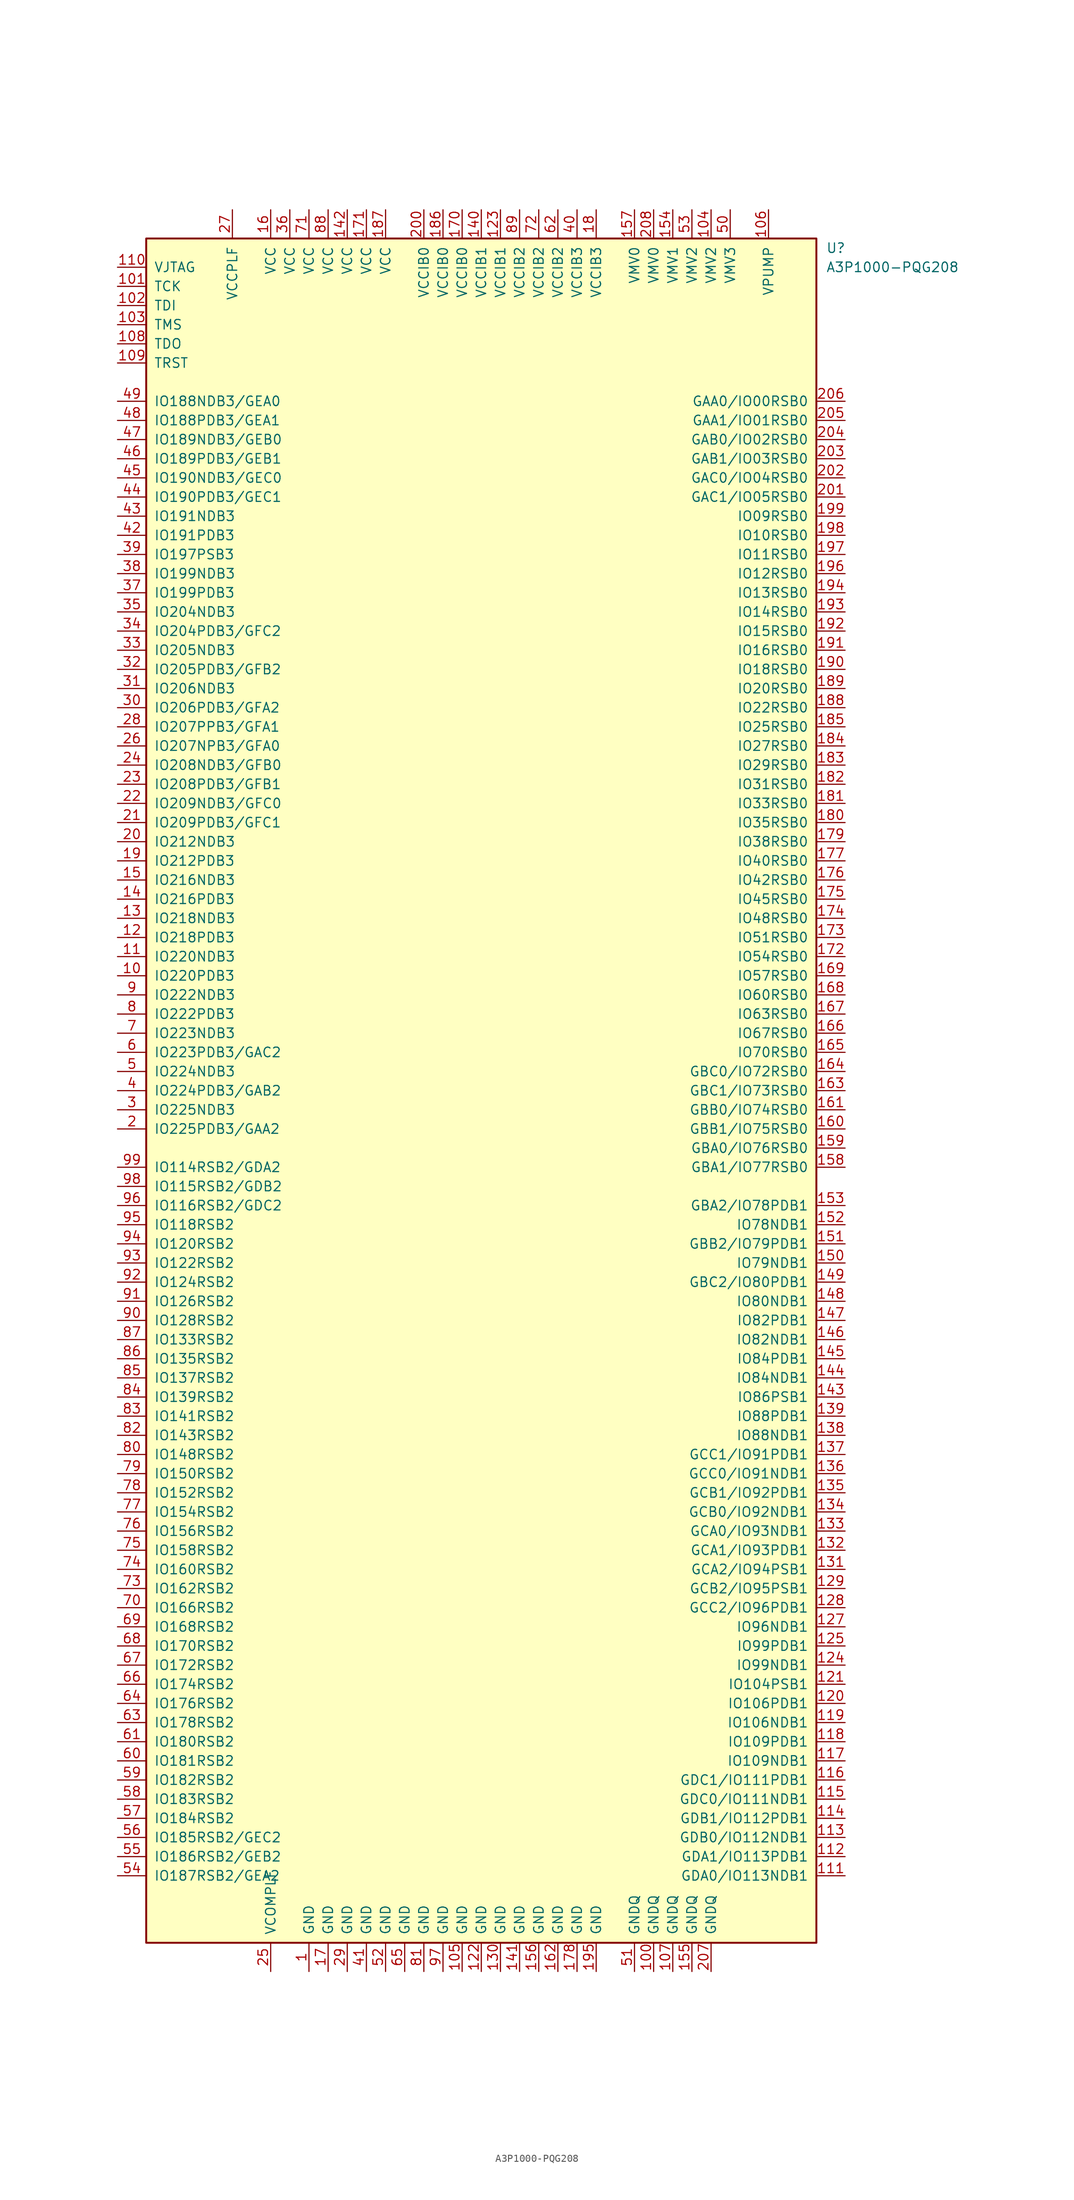
<source format=kicad_sym>
(kicad_symbol_lib
  (version 20231120)
  (generator "kicad_symbol_editor")
  (generator_version "8.0")
  (symbol "A3P1000-PQG208"
    (pin_names
      (offset 1.016))
    (property "Reference" "U"
      (at 45.72 111.76 0)
      (effects (font (size 1.27 1.27)) (justify left)))
    (property "Value" "A3P1000-PQG208"
      (at 45.72 109.22 0)
      (effects (font (size 1.27 1.27)) (justify left)))
    (symbol "A3P1000-PQG208_1_0"
      (rectangle (start -44.45 -113.03) (end 44.45 113.03) (stroke (width 0.254) (type default)) (fill (type background))))
    (symbol "A3P1000-PQG208_1_1"
      (pin power_in line (at -22.86 -116.84 90) (length 3.81) (name "GND" (effects (font (size 1.27 1.27)))) (number "1" (effects (font (size 1.27 1.27)))))
      (pin bidirectional line (at -48.26 15.24 0) (length 3.81) (name "IO220PDB3" (effects (font (size 1.27 1.27)))) (number "10" (effects (font (size 1.27 1.27)))))
      (pin power_in line (at 22.86 -116.84 90) (length 3.81) (name "GNDQ" (effects (font (size 1.27 1.27)))) (number "100" (effects (font (size 1.27 1.27)))))
      (pin bidirectional line (at -48.26 106.68 0) (length 3.81) (name "TCK" (effects (font (size 1.27 1.27)))) (number "101" (effects (font (size 1.27 1.27)))))
      (pin bidirectional line (at -48.26 104.14 0) (length 3.81) (name "TDI" (effects (font (size 1.27 1.27)))) (number "102" (effects (font (size 1.27 1.27)))))
      (pin bidirectional line (at -48.26 101.6 0) (length 3.81) (name "TMS" (effects (font (size 1.27 1.27)))) (number "103" (effects (font (size 1.27 1.27)))))
      (pin power_in line (at 30.48 116.84 270) (length 3.81) (name "VMV2" (effects (font (size 1.27 1.27)))) (number "104" (effects (font (size 1.27 1.27)))))
      (pin power_in line (at -2.54 -116.84 90) (length 3.81) (name "GND" (effects (font (size 1.27 1.27)))) (number "105" (effects (font (size 1.27 1.27)))))
      (pin power_in line (at 38.1 116.84 270) (length 3.81) (name "VPUMP" (effects (font (size 1.27 1.27)))) (number "106" (effects (font (size 1.27 1.27)))))
      (pin power_in line (at 25.4 -116.84 90) (length 3.81) (name "GNDQ" (effects (font (size 1.27 1.27)))) (number "107" (effects (font (size 1.27 1.27)))))
      (pin bidirectional line (at -48.26 99.06 0) (length 3.81) (name "TDO" (effects (font (size 1.27 1.27)))) (number "108" (effects (font (size 1.27 1.27)))))
      (pin bidirectional line (at -48.26 96.52 0) (length 3.81) (name "TRST" (effects (font (size 1.27 1.27)))) (number "109" (effects (font (size 1.27 1.27)))))
      (pin bidirectional line (at -48.26 17.78 0) (length 3.81) (name "IO220NDB3" (effects (font (size 1.27 1.27)))) (number "11" (effects (font (size 1.27 1.27)))))
      (pin power_in line (at -48.26 109.22 0) (length 3.81) (name "VJTAG" (effects (font (size 1.27 1.27)))) (number "110" (effects (font (size 1.27 1.27)))))
      (pin bidirectional line (at 48.26 -104.14 180) (length 3.81) (name "GDA0/IO113NDB1" (effects (font (size 1.27 1.27)))) (number "111" (effects (font (size 1.27 1.27)))))
      (pin bidirectional line (at 48.26 -101.6 180) (length 3.81) (name "GDA1/IO113PDB1" (effects (font (size 1.27 1.27)))) (number "112" (effects (font (size 1.27 1.27)))))
      (pin bidirectional line (at 48.26 -99.06 180) (length 3.81) (name "GDB0/IO112NDB1" (effects (font (size 1.27 1.27)))) (number "113" (effects (font (size 1.27 1.27)))))
      (pin bidirectional line (at 48.26 -96.52 180) (length 3.81) (name "GDB1/IO112PDB1" (effects (font (size 1.27 1.27)))) (number "114" (effects (font (size 1.27 1.27)))))
      (pin bidirectional line (at 48.26 -93.98 180) (length 3.81) (name "GDC0/IO111NDB1" (effects (font (size 1.27 1.27)))) (number "115" (effects (font (size 1.27 1.27)))))
      (pin bidirectional line (at 48.26 -91.44 180) (length 3.81) (name "GDC1/IO111PDB1" (effects (font (size 1.27 1.27)))) (number "116" (effects (font (size 1.27 1.27)))))
      (pin bidirectional line (at 48.26 -88.9 180) (length 3.81) (name "IO109NDB1" (effects (font (size 1.27 1.27)))) (number "117" (effects (font (size 1.27 1.27)))))
      (pin bidirectional line (at 48.26 -86.36 180) (length 3.81) (name "IO109PDB1" (effects (font (size 1.27 1.27)))) (number "118" (effects (font (size 1.27 1.27)))))
      (pin bidirectional line (at 48.26 -83.82 180) (length 3.81) (name "IO106NDB1" (effects (font (size 1.27 1.27)))) (number "119" (effects (font (size 1.27 1.27)))))
      (pin bidirectional line (at -48.26 20.32 0) (length 3.81) (name "IO218PDB3" (effects (font (size 1.27 1.27)))) (number "12" (effects (font (size 1.27 1.27)))))
      (pin bidirectional line (at 48.26 -81.28 180) (length 3.81) (name "IO106PDB1" (effects (font (size 1.27 1.27)))) (number "120" (effects (font (size 1.27 1.27)))))
      (pin bidirectional line (at 48.26 -78.74 180) (length 3.81) (name "IO104PSB1" (effects (font (size 1.27 1.27)))) (number "121" (effects (font (size 1.27 1.27)))))
      (pin power_in line (at 0 -116.84 90) (length 3.81) (name "GND" (effects (font (size 1.27 1.27)))) (number "122" (effects (font (size 1.27 1.27)))))
      (pin power_in line (at 2.54 116.84 270) (length 3.81) (name "VCCIB1" (effects (font (size 1.27 1.27)))) (number "123" (effects (font (size 1.27 1.27)))))
      (pin bidirectional line (at 48.26 -76.2 180) (length 3.81) (name "IO99NDB1" (effects (font (size 1.27 1.27)))) (number "124" (effects (font (size 1.27 1.27)))))
      (pin bidirectional line (at 48.26 -73.66 180) (length 3.81) (name "IO99PDB1" (effects (font (size 1.27 1.27)))) (number "125" (effects (font (size 1.27 1.27)))))
      (pin bidirectional line (at 48.26 -71.12 180) (length 3.81) (name "IO96NDB1" (effects (font (size 1.27 1.27)))) (number "127" (effects (font (size 1.27 1.27)))))
      (pin bidirectional line (at 48.26 -68.58 180) (length 3.81) (name "GCC2/IO96PDB1" (effects (font (size 1.27 1.27)))) (number "128" (effects (font (size 1.27 1.27)))))
      (pin bidirectional line (at 48.26 -66.04 180) (length 3.81) (name "GCB2/IO95PSB1" (effects (font (size 1.27 1.27)))) (number "129" (effects (font (size 1.27 1.27)))))
      (pin bidirectional line (at -48.26 22.86 0) (length 3.81) (name "IO218NDB3" (effects (font (size 1.27 1.27)))) (number "13" (effects (font (size 1.27 1.27)))))
      (pin power_in line (at 2.54 -116.84 90) (length 3.81) (name "GND" (effects (font (size 1.27 1.27)))) (number "130" (effects (font (size 1.27 1.27)))))
      (pin bidirectional line (at 48.26 -63.5 180) (length 3.81) (name "GCA2/IO94PSB1" (effects (font (size 1.27 1.27)))) (number "131" (effects (font (size 1.27 1.27)))))
      (pin bidirectional line (at 48.26 -60.96 180) (length 3.81) (name "GCA1/IO93PDB1" (effects (font (size 1.27 1.27)))) (number "132" (effects (font (size 1.27 1.27)))))
      (pin bidirectional line (at 48.26 -58.42 180) (length 3.81) (name "GCA0/IO93NDB1" (effects (font (size 1.27 1.27)))) (number "133" (effects (font (size 1.27 1.27)))))
      (pin bidirectional line (at 48.26 -55.88 180) (length 3.81) (name "GCB0/IO92NDB1" (effects (font (size 1.27 1.27)))) (number "134" (effects (font (size 1.27 1.27)))))
      (pin bidirectional line (at 48.26 -53.34 180) (length 3.81) (name "GCB1/IO92PDB1" (effects (font (size 1.27 1.27)))) (number "135" (effects (font (size 1.27 1.27)))))
      (pin bidirectional line (at 48.26 -50.8 180) (length 3.81) (name "GCC0/IO91NDB1" (effects (font (size 1.27 1.27)))) (number "136" (effects (font (size 1.27 1.27)))))
      (pin bidirectional line (at 48.26 -48.26 180) (length 3.81) (name "GCC1/IO91PDB1" (effects (font (size 1.27 1.27)))) (number "137" (effects (font (size 1.27 1.27)))))
      (pin bidirectional line (at 48.26 -45.72 180) (length 3.81) (name "IO88NDB1" (effects (font (size 1.27 1.27)))) (number "138" (effects (font (size 1.27 1.27)))))
      (pin bidirectional line (at 48.26 -43.18 180) (length 3.81) (name "IO88PDB1" (effects (font (size 1.27 1.27)))) (number "139" (effects (font (size 1.27 1.27)))))
      (pin bidirectional line (at -48.26 25.4 0) (length 3.81) (name "IO216PDB3" (effects (font (size 1.27 1.27)))) (number "14" (effects (font (size 1.27 1.27)))))
      (pin power_in line (at 0 116.84 270) (length 3.81) (name "VCCIB1" (effects (font (size 1.27 1.27)))) (number "140" (effects (font (size 1.27 1.27)))))
      (pin power_in line (at 5.08 -116.84 90) (length 3.81) (name "GND" (effects (font (size 1.27 1.27)))) (number "141" (effects (font (size 1.27 1.27)))))
      (pin power_in line (at -17.78 116.84 270) (length 3.81) (name "VCC" (effects (font (size 1.27 1.27)))) (number "142" (effects (font (size 1.27 1.27)))))
      (pin bidirectional line (at 48.26 -40.64 180) (length 3.81) (name "IO86PSB1" (effects (font (size 1.27 1.27)))) (number "143" (effects (font (size 1.27 1.27)))))
      (pin bidirectional line (at 48.26 -38.1 180) (length 3.81) (name "IO84NDB1" (effects (font (size 1.27 1.27)))) (number "144" (effects (font (size 1.27 1.27)))))
      (pin bidirectional line (at 48.26 -35.56 180) (length 3.81) (name "IO84PDB1" (effects (font (size 1.27 1.27)))) (number "145" (effects (font (size 1.27 1.27)))))
      (pin bidirectional line (at 48.26 -33.02 180) (length 3.81) (name "IO82NDB1" (effects (font (size 1.27 1.27)))) (number "146" (effects (font (size 1.27 1.27)))))
      (pin bidirectional line (at 48.26 -30.48 180) (length 3.81) (name "IO82PDB1" (effects (font (size 1.27 1.27)))) (number "147" (effects (font (size 1.27 1.27)))))
      (pin bidirectional line (at 48.26 -27.94 180) (length 3.81) (name "IO80NDB1" (effects (font (size 1.27 1.27)))) (number "148" (effects (font (size 1.27 1.27)))))
      (pin bidirectional line (at 48.26 -25.4 180) (length 3.81) (name "GBC2/IO80PDB1" (effects (font (size 1.27 1.27)))) (number "149" (effects (font (size 1.27 1.27)))))
      (pin bidirectional line (at -48.26 27.94 0) (length 3.81) (name "IO216NDB3" (effects (font (size 1.27 1.27)))) (number "15" (effects (font (size 1.27 1.27)))))
      (pin bidirectional line (at 48.26 -22.86 180) (length 3.81) (name "IO79NDB1" (effects (font (size 1.27 1.27)))) (number "150" (effects (font (size 1.27 1.27)))))
      (pin bidirectional line (at 48.26 -20.32 180) (length 3.81) (name "GBB2/IO79PDB1" (effects (font (size 1.27 1.27)))) (number "151" (effects (font (size 1.27 1.27)))))
      (pin bidirectional line (at 48.26 -17.78 180) (length 3.81) (name "IO78NDB1" (effects (font (size 1.27 1.27)))) (number "152" (effects (font (size 1.27 1.27)))))
      (pin bidirectional line (at 48.26 -15.24 180) (length 3.81) (name "GBA2/IO78PDB1" (effects (font (size 1.27 1.27)))) (number "153" (effects (font (size 1.27 1.27)))))
      (pin power_in line (at 25.4 116.84 270) (length 3.81) (name "VMV1" (effects (font (size 1.27 1.27)))) (number "154" (effects (font (size 1.27 1.27)))))
      (pin power_in line (at 27.94 -116.84 90) (length 3.81) (name "GNDQ" (effects (font (size 1.27 1.27)))) (number "155" (effects (font (size 1.27 1.27)))))
      (pin power_in line (at 7.62 -116.84 90) (length 3.81) (name "GND" (effects (font (size 1.27 1.27)))) (number "156" (effects (font (size 1.27 1.27)))))
      (pin power_in line (at 20.32 116.84 270) (length 3.81) (name "VMV0" (effects (font (size 1.27 1.27)))) (number "157" (effects (font (size 1.27 1.27)))))
      (pin bidirectional line (at 48.26 -10.16 180) (length 3.81) (name "GBA1/IO77RSB0" (effects (font (size 1.27 1.27)))) (number "158" (effects (font (size 1.27 1.27)))))
      (pin bidirectional line (at 48.26 -7.62 180) (length 3.81) (name "GBA0/IO76RSB0" (effects (font (size 1.27 1.27)))) (number "159" (effects (font (size 1.27 1.27)))))
      (pin power_in line (at -27.94 116.84 270) (length 3.81) (name "VCC" (effects (font (size 1.27 1.27)))) (number "16" (effects (font (size 1.27 1.27)))))
      (pin bidirectional line (at 48.26 -5.08 180) (length 3.81) (name "GBB1/IO75RSB0" (effects (font (size 1.27 1.27)))) (number "160" (effects (font (size 1.27 1.27)))))
      (pin bidirectional line (at 48.26 -2.54 180) (length 3.81) (name "GBB0/IO74RSB0" (effects (font (size 1.27 1.27)))) (number "161" (effects (font (size 1.27 1.27)))))
      (pin power_in line (at 10.16 -116.84 90) (length 3.81) (name "GND" (effects (font (size 1.27 1.27)))) (number "162" (effects (font (size 1.27 1.27)))))
      (pin bidirectional line (at 48.26 0 180) (length 3.81) (name "GBC1/IO73RSB0" (effects (font (size 1.27 1.27)))) (number "163" (effects (font (size 1.27 1.27)))))
      (pin bidirectional line (at 48.26 2.54 180) (length 3.81) (name "GBC0/IO72RSB0" (effects (font (size 1.27 1.27)))) (number "164" (effects (font (size 1.27 1.27)))))
      (pin bidirectional line (at 48.26 5.08 180) (length 3.81) (name "IO70RSB0" (effects (font (size 1.27 1.27)))) (number "165" (effects (font (size 1.27 1.27)))))
      (pin bidirectional line (at 48.26 7.62 180) (length 3.81) (name "IO67RSB0" (effects (font (size 1.27 1.27)))) (number "166" (effects (font (size 1.27 1.27)))))
      (pin bidirectional line (at 48.26 10.16 180) (length 3.81) (name "IO63RSB0" (effects (font (size 1.27 1.27)))) (number "167" (effects (font (size 1.27 1.27)))))
      (pin bidirectional line (at 48.26 12.7 180) (length 3.81) (name "IO60RSB0" (effects (font (size 1.27 1.27)))) (number "168" (effects (font (size 1.27 1.27)))))
      (pin bidirectional line (at 48.26 15.24 180) (length 3.81) (name "IO57RSB0" (effects (font (size 1.27 1.27)))) (number "169" (effects (font (size 1.27 1.27)))))
      (pin power_in line (at -20.32 -116.84 90) (length 3.81) (name "GND" (effects (font (size 1.27 1.27)))) (number "17" (effects (font (size 1.27 1.27)))))
      (pin power_in line (at -2.54 116.84 270) (length 3.81) (name "VCCIB0" (effects (font (size 1.27 1.27)))) (number "170" (effects (font (size 1.27 1.27)))))
      (pin power_in line (at -15.24 116.84 270) (length 3.81) (name "VCC" (effects (font (size 1.27 1.27)))) (number "171" (effects (font (size 1.27 1.27)))))
      (pin bidirectional line (at 48.26 17.78 180) (length 3.81) (name "IO54RSB0" (effects (font (size 1.27 1.27)))) (number "172" (effects (font (size 1.27 1.27)))))
      (pin bidirectional line (at 48.26 20.32 180) (length 3.81) (name "IO51RSB0" (effects (font (size 1.27 1.27)))) (number "173" (effects (font (size 1.27 1.27)))))
      (pin bidirectional line (at 48.26 22.86 180) (length 3.81) (name "IO48RSB0" (effects (font (size 1.27 1.27)))) (number "174" (effects (font (size 1.27 1.27)))))
      (pin bidirectional line (at 48.26 25.4 180) (length 3.81) (name "IO45RSB0" (effects (font (size 1.27 1.27)))) (number "175" (effects (font (size 1.27 1.27)))))
      (pin bidirectional line (at 48.26 27.94 180) (length 3.81) (name "IO42RSB0" (effects (font (size 1.27 1.27)))) (number "176" (effects (font (size 1.27 1.27)))))
      (pin bidirectional line (at 48.26 30.48 180) (length 3.81) (name "IO40RSB0" (effects (font (size 1.27 1.27)))) (number "177" (effects (font (size 1.27 1.27)))))
      (pin power_in line (at 12.7 -116.84 90) (length 3.81) (name "GND" (effects (font (size 1.27 1.27)))) (number "178" (effects (font (size 1.27 1.27)))))
      (pin bidirectional line (at 48.26 33.02 180) (length 3.81) (name "IO38RSB0" (effects (font (size 1.27 1.27)))) (number "179" (effects (font (size 1.27 1.27)))))
      (pin power_in line (at 15.24 116.84 270) (length 3.81) (name "VCCIB3" (effects (font (size 1.27 1.27)))) (number "18" (effects (font (size 1.27 1.27)))))
      (pin bidirectional line (at 48.26 35.56 180) (length 3.81) (name "IO35RSB0" (effects (font (size 1.27 1.27)))) (number "180" (effects (font (size 1.27 1.27)))))
      (pin bidirectional line (at 48.26 38.1 180) (length 3.81) (name "IO33RSB0" (effects (font (size 1.27 1.27)))) (number "181" (effects (font (size 1.27 1.27)))))
      (pin bidirectional line (at 48.26 40.64 180) (length 3.81) (name "IO31RSB0" (effects (font (size 1.27 1.27)))) (number "182" (effects (font (size 1.27 1.27)))))
      (pin bidirectional line (at 48.26 43.18 180) (length 3.81) (name "IO29RSB0" (effects (font (size 1.27 1.27)))) (number "183" (effects (font (size 1.27 1.27)))))
      (pin bidirectional line (at 48.26 45.72 180) (length 3.81) (name "IO27RSB0" (effects (font (size 1.27 1.27)))) (number "184" (effects (font (size 1.27 1.27)))))
      (pin bidirectional line (at 48.26 48.26 180) (length 3.81) (name "IO25RSB0" (effects (font (size 1.27 1.27)))) (number "185" (effects (font (size 1.27 1.27)))))
      (pin power_in line (at -5.08 116.84 270) (length 3.81) (name "VCCIB0" (effects (font (size 1.27 1.27)))) (number "186" (effects (font (size 1.27 1.27)))))
      (pin power_in line (at -12.7 116.84 270) (length 3.81) (name "VCC" (effects (font (size 1.27 1.27)))) (number "187" (effects (font (size 1.27 1.27)))))
      (pin bidirectional line (at 48.26 50.8 180) (length 3.81) (name "IO22RSB0" (effects (font (size 1.27 1.27)))) (number "188" (effects (font (size 1.27 1.27)))))
      (pin bidirectional line (at 48.26 53.34 180) (length 3.81) (name "IO20RSB0" (effects (font (size 1.27 1.27)))) (number "189" (effects (font (size 1.27 1.27)))))
      (pin bidirectional line (at -48.26 30.48 0) (length 3.81) (name "IO212PDB3" (effects (font (size 1.27 1.27)))) (number "19" (effects (font (size 1.27 1.27)))))
      (pin bidirectional line (at 48.26 55.88 180) (length 3.81) (name "IO18RSB0" (effects (font (size 1.27 1.27)))) (number "190" (effects (font (size 1.27 1.27)))))
      (pin bidirectional line (at 48.26 58.42 180) (length 3.81) (name "IO16RSB0" (effects (font (size 1.27 1.27)))) (number "191" (effects (font (size 1.27 1.27)))))
      (pin bidirectional line (at 48.26 60.96 180) (length 3.81) (name "IO15RSB0" (effects (font (size 1.27 1.27)))) (number "192" (effects (font (size 1.27 1.27)))))
      (pin bidirectional line (at 48.26 63.5 180) (length 3.81) (name "IO14RSB0" (effects (font (size 1.27 1.27)))) (number "193" (effects (font (size 1.27 1.27)))))
      (pin bidirectional line (at 48.26 66.04 180) (length 3.81) (name "IO13RSB0" (effects (font (size 1.27 1.27)))) (number "194" (effects (font (size 1.27 1.27)))))
      (pin power_in line (at 15.24 -116.84 90) (length 3.81) (name "GND" (effects (font (size 1.27 1.27)))) (number "195" (effects (font (size 1.27 1.27)))))
      (pin bidirectional line (at 48.26 68.58 180) (length 3.81) (name "IO12RSB0" (effects (font (size 1.27 1.27)))) (number "196" (effects (font (size 1.27 1.27)))))
      (pin bidirectional line (at 48.26 71.12 180) (length 3.81) (name "IO11RSB0" (effects (font (size 1.27 1.27)))) (number "197" (effects (font (size 1.27 1.27)))))
      (pin bidirectional line (at 48.26 73.66 180) (length 3.81) (name "IO10RSB0" (effects (font (size 1.27 1.27)))) (number "198" (effects (font (size 1.27 1.27)))))
      (pin bidirectional line (at 48.26 76.2 180) (length 3.81) (name "IO09RSB0" (effects (font (size 1.27 1.27)))) (number "199" (effects (font (size 1.27 1.27)))))
      (pin bidirectional line (at -48.26 -5.08 0) (length 3.81) (name "IO225PDB3/GAA2" (effects (font (size 1.27 1.27)))) (number "2" (effects (font (size 1.27 1.27)))))
      (pin bidirectional line (at -48.26 33.02 0) (length 3.81) (name "IO212NDB3" (effects (font (size 1.27 1.27)))) (number "20" (effects (font (size 1.27 1.27)))))
      (pin power_in line (at -7.62 116.84 270) (length 3.81) (name "VCCIB0" (effects (font (size 1.27 1.27)))) (number "200" (effects (font (size 1.27 1.27)))))
      (pin bidirectional line (at 48.26 78.74 180) (length 3.81) (name "GAC1/IO05RSB0" (effects (font (size 1.27 1.27)))) (number "201" (effects (font (size 1.27 1.27)))))
      (pin bidirectional line (at 48.26 81.28 180) (length 3.81) (name "GAC0/IO04RSB0" (effects (font (size 1.27 1.27)))) (number "202" (effects (font (size 1.27 1.27)))))
      (pin bidirectional line (at 48.26 83.82 180) (length 3.81) (name "GAB1/IO03RSB0" (effects (font (size 1.27 1.27)))) (number "203" (effects (font (size 1.27 1.27)))))
      (pin bidirectional line (at 48.26 86.36 180) (length 3.81) (name "GAB0/IO02RSB0" (effects (font (size 1.27 1.27)))) (number "204" (effects (font (size 1.27 1.27)))))
      (pin bidirectional line (at 48.26 88.9 180) (length 3.81) (name "GAA1/IO01RSB0" (effects (font (size 1.27 1.27)))) (number "205" (effects (font (size 1.27 1.27)))))
      (pin bidirectional line (at 48.26 91.44 180) (length 3.81) (name "GAA0/IO00RSB0" (effects (font (size 1.27 1.27)))) (number "206" (effects (font (size 1.27 1.27)))))
      (pin power_in line (at 30.48 -116.84 90) (length 3.81) (name "GNDQ" (effects (font (size 1.27 1.27)))) (number "207" (effects (font (size 1.27 1.27)))))
      (pin power_in line (at 22.86 116.84 270) (length 3.81) (name "VMV0" (effects (font (size 1.27 1.27)))) (number "208" (effects (font (size 1.27 1.27)))))
      (pin bidirectional line (at -48.26 35.56 0) (length 3.81) (name "IO209PDB3/GFC1" (effects (font (size 1.27 1.27)))) (number "21" (effects (font (size 1.27 1.27)))))
      (pin bidirectional line (at -48.26 38.1 0) (length 3.81) (name "IO209NDB3/GFC0" (effects (font (size 1.27 1.27)))) (number "22" (effects (font (size 1.27 1.27)))))
      (pin bidirectional line (at -48.26 40.64 0) (length 3.81) (name "IO208PDB3/GFB1" (effects (font (size 1.27 1.27)))) (number "23" (effects (font (size 1.27 1.27)))))
      (pin bidirectional line (at -48.26 43.18 0) (length 3.81) (name "IO208NDB3/GFB0" (effects (font (size 1.27 1.27)))) (number "24" (effects (font (size 1.27 1.27)))))
      (pin power_in line (at -27.94 -116.84 90) (length 3.81) (name "VCOMPLF" (effects (font (size 1.27 1.27)))) (number "25" (effects (font (size 1.27 1.27)))))
      (pin bidirectional line (at -48.26 45.72 0) (length 3.81) (name "IO207NPB3/GFA0" (effects (font (size 1.27 1.27)))) (number "26" (effects (font (size 1.27 1.27)))))
      (pin power_in line (at -33.02 116.84 270) (length 3.81) (name "VCCPLF" (effects (font (size 1.27 1.27)))) (number "27" (effects (font (size 1.27 1.27)))))
      (pin bidirectional line (at -48.26 48.26 0) (length 3.81) (name "IO207PPB3/GFA1" (effects (font (size 1.27 1.27)))) (number "28" (effects (font (size 1.27 1.27)))))
      (pin power_in line (at -17.78 -116.84 90) (length 3.81) (name "GND" (effects (font (size 1.27 1.27)))) (number "29" (effects (font (size 1.27 1.27)))))
      (pin bidirectional line (at -48.26 -2.54 0) (length 3.81) (name "IO225NDB3" (effects (font (size 1.27 1.27)))) (number "3" (effects (font (size 1.27 1.27)))))
      (pin bidirectional line (at -48.26 50.8 0) (length 3.81) (name "IO206PDB3/GFA2" (effects (font (size 1.27 1.27)))) (number "30" (effects (font (size 1.27 1.27)))))
      (pin bidirectional line (at -48.26 53.34 0) (length 3.81) (name "IO206NDB3" (effects (font (size 1.27 1.27)))) (number "31" (effects (font (size 1.27 1.27)))))
      (pin bidirectional line (at -48.26 55.88 0) (length 3.81) (name "IO205PDB3/GFB2" (effects (font (size 1.27 1.27)))) (number "32" (effects (font (size 1.27 1.27)))))
      (pin bidirectional line (at -48.26 58.42 0) (length 3.81) (name "IO205NDB3" (effects (font (size 1.27 1.27)))) (number "33" (effects (font (size 1.27 1.27)))))
      (pin bidirectional line (at -48.26 60.96 0) (length 3.81) (name "IO204PDB3/GFC2" (effects (font (size 1.27 1.27)))) (number "34" (effects (font (size 1.27 1.27)))))
      (pin bidirectional line (at -48.26 63.5 0) (length 3.81) (name "IO204NDB3" (effects (font (size 1.27 1.27)))) (number "35" (effects (font (size 1.27 1.27)))))
      (pin power_in line (at -25.4 116.84 270) (length 3.81) (name "VCC" (effects (font (size 1.27 1.27)))) (number "36" (effects (font (size 1.27 1.27)))))
      (pin bidirectional line (at -48.26 66.04 0) (length 3.81) (name "IO199PDB3" (effects (font (size 1.27 1.27)))) (number "37" (effects (font (size 1.27 1.27)))))
      (pin bidirectional line (at -48.26 68.58 0) (length 3.81) (name "IO199NDB3" (effects (font (size 1.27 1.27)))) (number "38" (effects (font (size 1.27 1.27)))))
      (pin bidirectional line (at -48.26 71.12 0) (length 3.81) (name "IO197PSB3" (effects (font (size 1.27 1.27)))) (number "39" (effects (font (size 1.27 1.27)))))
      (pin bidirectional line (at -48.26 0 0) (length 3.81) (name "IO224PDB3/GAB2" (effects (font (size 1.27 1.27)))) (number "4" (effects (font (size 1.27 1.27)))))
      (pin power_in line (at 12.7 116.84 270) (length 3.81) (name "VCCIB3" (effects (font (size 1.27 1.27)))) (number "40" (effects (font (size 1.27 1.27)))))
      (pin power_in line (at -15.24 -116.84 90) (length 3.81) (name "GND" (effects (font (size 1.27 1.27)))) (number "41" (effects (font (size 1.27 1.27)))))
      (pin bidirectional line (at -48.26 73.66 0) (length 3.81) (name "IO191PDB3" (effects (font (size 1.27 1.27)))) (number "42" (effects (font (size 1.27 1.27)))))
      (pin bidirectional line (at -48.26 76.2 0) (length 3.81) (name "IO191NDB3" (effects (font (size 1.27 1.27)))) (number "43" (effects (font (size 1.27 1.27)))))
      (pin bidirectional line (at -48.26 78.74 0) (length 3.81) (name "IO190PDB3/GEC1" (effects (font (size 1.27 1.27)))) (number "44" (effects (font (size 1.27 1.27)))))
      (pin bidirectional line (at -48.26 81.28 0) (length 3.81) (name "IO190NDB3/GEC0" (effects (font (size 1.27 1.27)))) (number "45" (effects (font (size 1.27 1.27)))))
      (pin bidirectional line (at -48.26 83.82 0) (length 3.81) (name "IO189PDB3/GEB1" (effects (font (size 1.27 1.27)))) (number "46" (effects (font (size 1.27 1.27)))))
      (pin bidirectional line (at -48.26 86.36 0) (length 3.81) (name "IO189NDB3/GEB0" (effects (font (size 1.27 1.27)))) (number "47" (effects (font (size 1.27 1.27)))))
      (pin bidirectional line (at -48.26 88.9 0) (length 3.81) (name "IO188PDB3/GEA1" (effects (font (size 1.27 1.27)))) (number "48" (effects (font (size 1.27 1.27)))))
      (pin bidirectional line (at -48.26 91.44 0) (length 3.81) (name "IO188NDB3/GEA0" (effects (font (size 1.27 1.27)))) (number "49" (effects (font (size 1.27 1.27)))))
      (pin bidirectional line (at -48.26 2.54 0) (length 3.81) (name "IO224NDB3" (effects (font (size 1.27 1.27)))) (number "5" (effects (font (size 1.27 1.27)))))
      (pin power_in line (at 33.02 116.84 270) (length 3.81) (name "VMV3" (effects (font (size 1.27 1.27)))) (number "50" (effects (font (size 1.27 1.27)))))
      (pin power_in line (at 20.32 -116.84 90) (length 3.81) (name "GNDQ" (effects (font (size 1.27 1.27)))) (number "51" (effects (font (size 1.27 1.27)))))
      (pin power_in line (at -12.7 -116.84 90) (length 3.81) (name "GND" (effects (font (size 1.27 1.27)))) (number "52" (effects (font (size 1.27 1.27)))))
      (pin power_in line (at 27.94 116.84 270) (length 3.81) (name "VMV2" (effects (font (size 1.27 1.27)))) (number "53" (effects (font (size 1.27 1.27)))))
      (pin bidirectional line (at -48.26 -104.14 0) (length 3.81) (name "IO187RSB2/GEA2" (effects (font (size 1.27 1.27)))) (number "54" (effects (font (size 1.27 1.27)))))
      (pin bidirectional line (at -48.26 -101.6 0) (length 3.81) (name "IO186RSB2/GEB2" (effects (font (size 1.27 1.27)))) (number "55" (effects (font (size 1.27 1.27)))))
      (pin bidirectional line (at -48.26 -99.06 0) (length 3.81) (name "IO185RSB2/GEC2" (effects (font (size 1.27 1.27)))) (number "56" (effects (font (size 1.27 1.27)))))
      (pin bidirectional line (at -48.26 -96.52 0) (length 3.81) (name "IO184RSB2" (effects (font (size 1.27 1.27)))) (number "57" (effects (font (size 1.27 1.27)))))
      (pin bidirectional line (at -48.26 -93.98 0) (length 3.81) (name "IO183RSB2" (effects (font (size 1.27 1.27)))) (number "58" (effects (font (size 1.27 1.27)))))
      (pin bidirectional line (at -48.26 -91.44 0) (length 3.81) (name "IO182RSB2" (effects (font (size 1.27 1.27)))) (number "59" (effects (font (size 1.27 1.27)))))
      (pin bidirectional line (at -48.26 5.08 0) (length 3.81) (name "IO223PDB3/GAC2" (effects (font (size 1.27 1.27)))) (number "6" (effects (font (size 1.27 1.27)))))
      (pin bidirectional line (at -48.26 -88.9 0) (length 3.81) (name "IO181RSB2" (effects (font (size 1.27 1.27)))) (number "60" (effects (font (size 1.27 1.27)))))
      (pin bidirectional line (at -48.26 -86.36 0) (length 3.81) (name "IO180RSB2" (effects (font (size 1.27 1.27)))) (number "61" (effects (font (size 1.27 1.27)))))
      (pin power_in line (at 10.16 116.84 270) (length 3.81) (name "VCCIB2" (effects (font (size 1.27 1.27)))) (number "62" (effects (font (size 1.27 1.27)))))
      (pin bidirectional line (at -48.26 -83.82 0) (length 3.81) (name "IO178RSB2" (effects (font (size 1.27 1.27)))) (number "63" (effects (font (size 1.27 1.27)))))
      (pin bidirectional line (at -48.26 -81.28 0) (length 3.81) (name "IO176RSB2" (effects (font (size 1.27 1.27)))) (number "64" (effects (font (size 1.27 1.27)))))
      (pin power_in line (at -10.16 -116.84 90) (length 3.81) (name "GND" (effects (font (size 1.27 1.27)))) (number "65" (effects (font (size 1.27 1.27)))))
      (pin bidirectional line (at -48.26 -78.74 0) (length 3.81) (name "IO174RSB2" (effects (font (size 1.27 1.27)))) (number "66" (effects (font (size 1.27 1.27)))))
      (pin bidirectional line (at -48.26 -76.2 0) (length 3.81) (name "IO172RSB2" (effects (font (size 1.27 1.27)))) (number "67" (effects (font (size 1.27 1.27)))))
      (pin bidirectional line (at -48.26 -73.66 0) (length 3.81) (name "IO170RSB2" (effects (font (size 1.27 1.27)))) (number "68" (effects (font (size 1.27 1.27)))))
      (pin bidirectional line (at -48.26 -71.12 0) (length 3.81) (name "IO168RSB2" (effects (font (size 1.27 1.27)))) (number "69" (effects (font (size 1.27 1.27)))))
      (pin bidirectional line (at -48.26 7.62 0) (length 3.81) (name "IO223NDB3" (effects (font (size 1.27 1.27)))) (number "7" (effects (font (size 1.27 1.27)))))
      (pin bidirectional line (at -48.26 -68.58 0) (length 3.81) (name "IO166RSB2" (effects (font (size 1.27 1.27)))) (number "70" (effects (font (size 1.27 1.27)))))
      (pin power_in line (at -22.86 116.84 270) (length 3.81) (name "VCC" (effects (font (size 1.27 1.27)))) (number "71" (effects (font (size 1.27 1.27)))))
      (pin power_in line (at 7.62 116.84 270) (length 3.81) (name "VCCIB2" (effects (font (size 1.27 1.27)))) (number "72" (effects (font (size 1.27 1.27)))))
      (pin bidirectional line (at -48.26 -66.04 0) (length 3.81) (name "IO162RSB2" (effects (font (size 1.27 1.27)))) (number "73" (effects (font (size 1.27 1.27)))))
      (pin bidirectional line (at -48.26 -63.5 0) (length 3.81) (name "IO160RSB2" (effects (font (size 1.27 1.27)))) (number "74" (effects (font (size 1.27 1.27)))))
      (pin bidirectional line (at -48.26 -60.96 0) (length 3.81) (name "IO158RSB2" (effects (font (size 1.27 1.27)))) (number "75" (effects (font (size 1.27 1.27)))))
      (pin bidirectional line (at -48.26 -58.42 0) (length 3.81) (name "IO156RSB2" (effects (font (size 1.27 1.27)))) (number "76" (effects (font (size 1.27 1.27)))))
      (pin bidirectional line (at -48.26 -55.88 0) (length 3.81) (name "IO154RSB2" (effects (font (size 1.27 1.27)))) (number "77" (effects (font (size 1.27 1.27)))))
      (pin bidirectional line (at -48.26 -53.34 0) (length 3.81) (name "IO152RSB2" (effects (font (size 1.27 1.27)))) (number "78" (effects (font (size 1.27 1.27)))))
      (pin bidirectional line (at -48.26 -50.8 0) (length 3.81) (name "IO150RSB2" (effects (font (size 1.27 1.27)))) (number "79" (effects (font (size 1.27 1.27)))))
      (pin bidirectional line (at -48.26 10.16 0) (length 3.81) (name "IO222PDB3" (effects (font (size 1.27 1.27)))) (number "8" (effects (font (size 1.27 1.27)))))
      (pin bidirectional line (at -48.26 -48.26 0) (length 3.81) (name "IO148RSB2" (effects (font (size 1.27 1.27)))) (number "80" (effects (font (size 1.27 1.27)))))
      (pin power_in line (at -7.62 -116.84 90) (length 3.81) (name "GND" (effects (font (size 1.27 1.27)))) (number "81" (effects (font (size 1.27 1.27)))))
      (pin bidirectional line (at -48.26 -45.72 0) (length 3.81) (name "IO143RSB2" (effects (font (size 1.27 1.27)))) (number "82" (effects (font (size 1.27 1.27)))))
      (pin bidirectional line (at -48.26 -43.18 0) (length 3.81) (name "IO141RSB2" (effects (font (size 1.27 1.27)))) (number "83" (effects (font (size 1.27 1.27)))))
      (pin bidirectional line (at -48.26 -40.64 0) (length 3.81) (name "IO139RSB2" (effects (font (size 1.27 1.27)))) (number "84" (effects (font (size 1.27 1.27)))))
      (pin bidirectional line (at -48.26 -38.1 0) (length 3.81) (name "IO137RSB2" (effects (font (size 1.27 1.27)))) (number "85" (effects (font (size 1.27 1.27)))))
      (pin bidirectional line (at -48.26 -35.56 0) (length 3.81) (name "IO135RSB2" (effects (font (size 1.27 1.27)))) (number "86" (effects (font (size 1.27 1.27)))))
      (pin bidirectional line (at -48.26 -33.02 0) (length 3.81) (name "IO133RSB2" (effects (font (size 1.27 1.27)))) (number "87" (effects (font (size 1.27 1.27)))))
      (pin power_in line (at -20.32 116.84 270) (length 3.81) (name "VCC" (effects (font (size 1.27 1.27)))) (number "88" (effects (font (size 1.27 1.27)))))
      (pin power_in line (at 5.08 116.84 270) (length 3.81) (name "VCCIB2" (effects (font (size 1.27 1.27)))) (number "89" (effects (font (size 1.27 1.27)))))
      (pin bidirectional line (at -48.26 12.7 0) (length 3.81) (name "IO222NDB3" (effects (font (size 1.27 1.27)))) (number "9" (effects (font (size 1.27 1.27)))))
      (pin bidirectional line (at -48.26 -30.48 0) (length 3.81) (name "IO128RSB2" (effects (font (size 1.27 1.27)))) (number "90" (effects (font (size 1.27 1.27)))))
      (pin bidirectional line (at -48.26 -27.94 0) (length 3.81) (name "IO126RSB2" (effects (font (size 1.27 1.27)))) (number "91" (effects (font (size 1.27 1.27)))))
      (pin bidirectional line (at -48.26 -25.4 0) (length 3.81) (name "IO124RSB2" (effects (font (size 1.27 1.27)))) (number "92" (effects (font (size 1.27 1.27)))))
      (pin bidirectional line (at -48.26 -22.86 0) (length 3.81) (name "IO122RSB2" (effects (font (size 1.27 1.27)))) (number "93" (effects (font (size 1.27 1.27)))))
      (pin bidirectional line (at -48.26 -20.32 0) (length 3.81) (name "IO120RSB2" (effects (font (size 1.27 1.27)))) (number "94" (effects (font (size 1.27 1.27)))))
      (pin bidirectional line (at -48.26 -17.78 0) (length 3.81) (name "IO118RSB2" (effects (font (size 1.27 1.27)))) (number "95" (effects (font (size 1.27 1.27)))))
      (pin bidirectional line (at -48.26 -15.24 0) (length 3.81) (name "IO116RSB2/GDC2" (effects (font (size 1.27 1.27)))) (number "96" (effects (font (size 1.27 1.27)))))
      (pin power_in line (at -5.08 -116.84 90) (length 3.81) (name "GND" (effects (font (size 1.27 1.27)))) (number "97" (effects (font (size 1.27 1.27)))))
      (pin bidirectional line (at -48.26 -12.7 0) (length 3.81) (name "IO115RSB2/GDB2" (effects (font (size 1.27 1.27)))) (number "98" (effects (font (size 1.27 1.27)))))
      (pin bidirectional line (at -48.26 -10.16 0) (length 3.81) (name "IO114RSB2/GDA2" (effects (font (size 1.27 1.27)))) (number "99" (effects (font (size 1.27 1.27))))))))
</source>
